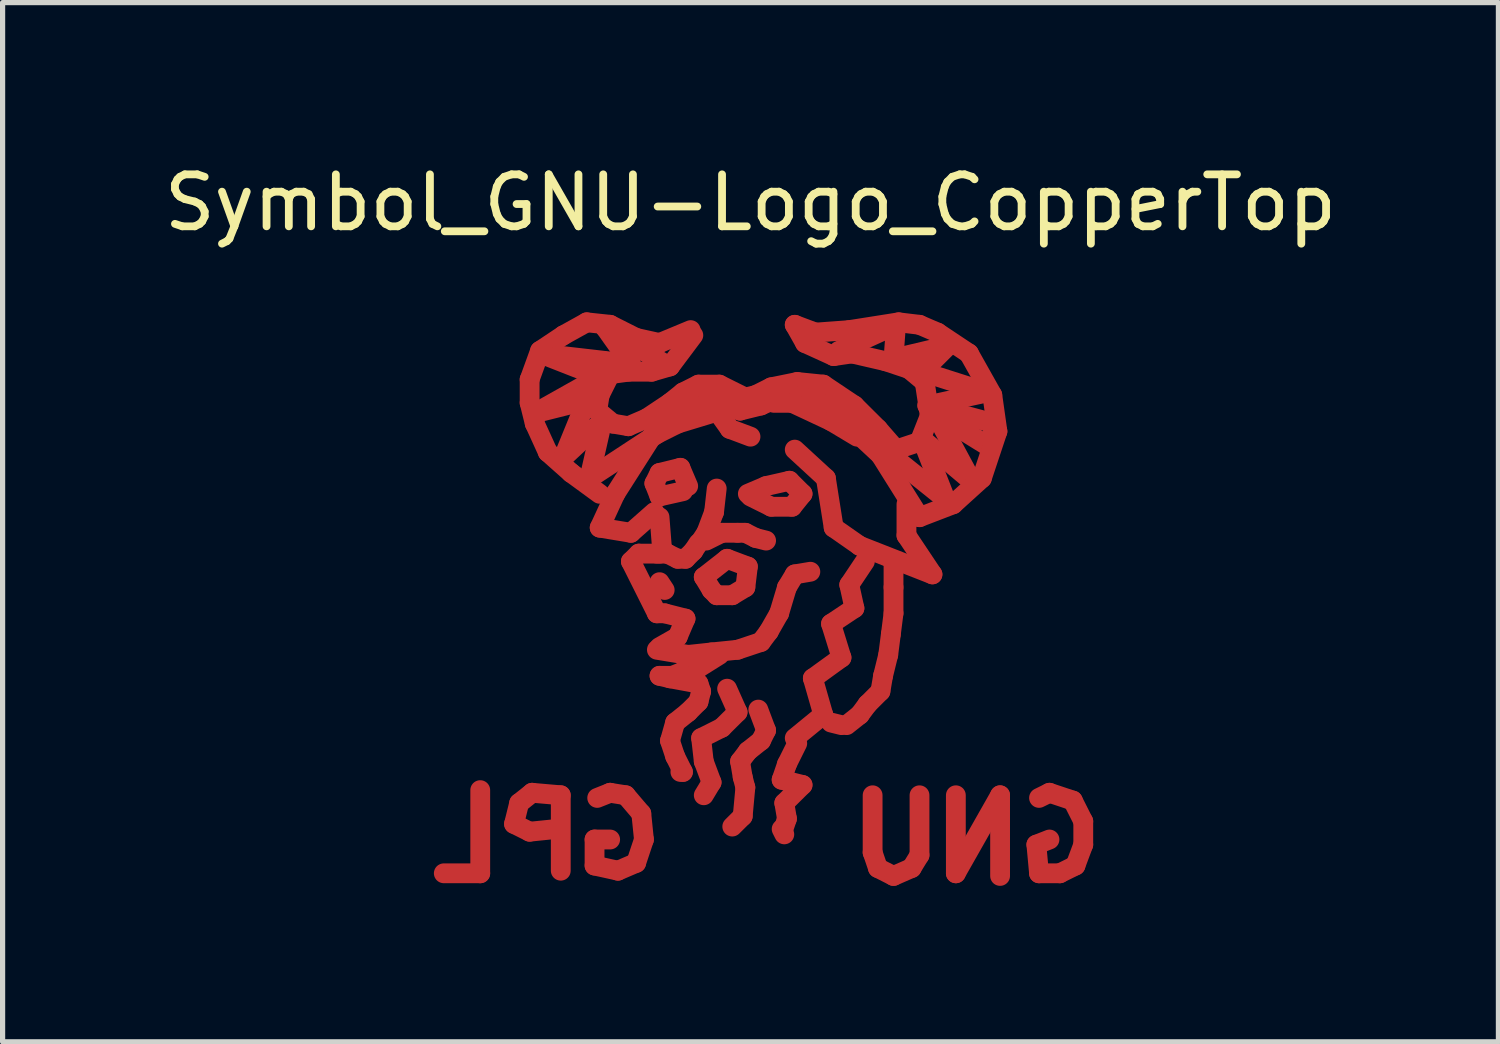
<source format=kicad_pcb>
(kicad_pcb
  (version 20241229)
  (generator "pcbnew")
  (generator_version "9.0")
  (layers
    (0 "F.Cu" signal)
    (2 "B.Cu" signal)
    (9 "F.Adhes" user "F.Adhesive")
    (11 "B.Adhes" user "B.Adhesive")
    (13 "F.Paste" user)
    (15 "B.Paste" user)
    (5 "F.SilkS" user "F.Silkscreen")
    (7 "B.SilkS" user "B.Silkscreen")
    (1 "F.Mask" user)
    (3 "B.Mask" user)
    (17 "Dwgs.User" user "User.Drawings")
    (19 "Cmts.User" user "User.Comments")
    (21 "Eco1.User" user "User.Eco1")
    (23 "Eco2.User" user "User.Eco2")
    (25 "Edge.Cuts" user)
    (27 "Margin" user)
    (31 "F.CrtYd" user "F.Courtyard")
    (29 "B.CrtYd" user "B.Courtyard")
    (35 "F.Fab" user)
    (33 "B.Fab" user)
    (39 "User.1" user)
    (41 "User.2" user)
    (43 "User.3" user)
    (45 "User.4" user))
  (footprint "Symbol_GNU-Logo_CopperTop"
    (layer "F.Cu")
    (at 11.387 6.899)
    (property "Reference" "Symbol_GNU-Logo_CopperTop" (at 0 -6.05 0) (layer "F.SilkS") (effects (font (size 1 1) (thickness 0.15))))
    (attr through_hole)
    (fp_line (start -5.199 5.25) (end -5.199 6.85) (stroke (width 0.381) (type solid)) (layer "F.Cu"))
    (fp_line (start -5.199 6.85) (end -5.9 6.85) (stroke (width 0.381) (type solid)) (layer "F.Cu"))
    (fp_line (start -4.549 5.9) (end -4.249 6.05) (stroke (width 0.381) (type solid)) (layer "F.Cu"))
    (fp_line (start -4.45 5.499) (end -4.549 5.9) (stroke (width 0.381) (type solid)) (layer "F.Cu"))
    (fp_line (start -4.249 -2.649) (end -4.249 -2.2) (stroke (width 0.381) (type solid)) (layer "F.Cu"))
    (fp_line (start -4.249 -2.2) (end -4.15 -1.801) (stroke (width 0.381) (type solid)) (layer "F.Cu"))
    (fp_line (start -4.249 6.05) (end -3.749 5.999) (stroke (width 0.381) (type solid)) (layer "F.Cu"))
    (fp_line (start -4.201 5.301) (end -4.45 5.499) (stroke (width 0.381) (type solid)) (layer "F.Cu"))
    (fp_line (start -4.15 -1.999) (end -2.901 -2.7) (stroke (width 0.381) (type solid)) (layer "F.Cu"))
    (fp_line (start -4.15 -1.801) (end -3.899 -1.25) (stroke (width 0.381) (type solid)) (layer "F.Cu"))
    (fp_line (start -4.049 -3.2) (end -4.249 -2.649) (stroke (width 0.381) (type solid)) (layer "F.Cu"))
    (fp_line (start -4.049 -3.15) (end -2.301 -2.949) (stroke (width 0.381) (type solid)) (layer "F.Cu"))
    (fp_line (start -3.899 -1.25) (end -3.449 -0.851) (stroke (width 0.381) (type solid)) (layer "F.Cu"))
    (fp_line (start -3.65 5.349) (end -4.201 5.301) (stroke (width 0.381) (type solid)) (layer "F.Cu"))
    (fp_line (start -3.65 6.8) (end -3.65 5.349) (stroke (width 0.381) (type solid)) (layer "F.Cu"))
    (fp_line (start -3.599 -3.5) (end -4.049 -3.2) (stroke (width 0.381) (type solid)) (layer "F.Cu"))
    (fp_line (start -3.599 -1.151) (end -3.15 -2.25) (stroke (width 0.381) (type solid)) (layer "F.Cu"))
    (fp_line (start -3.449 -0.851) (end -2.901 -0.45) (stroke (width 0.381) (type solid)) (layer "F.Cu"))
    (fp_line (start -3.15 -3.749) (end -3.599 -3.5) (stroke (width 0.381) (type solid)) (layer "F.Cu"))
    (fp_line (start -3.15 -2.25) (end -4.15 -1.999) (stroke (width 0.381) (type solid)) (layer "F.Cu"))
    (fp_line (start -3.099 -0.749) (end -2.85 -1.849) (stroke (width 0.381) (type solid)) (layer "F.Cu"))
    (fp_line (start -3 6.2) (end -2.7 6.2) (stroke (width 0.381) (type solid)) (layer "F.Cu"))
    (fp_line (start -3 6.701) (end -3 6.2) (stroke (width 0.381) (type solid)) (layer "F.Cu"))
    (fp_line (start -2.949 -2.05) (end -2.649 -1.801) (stroke (width 0.381) (type solid)) (layer "F.Cu"))
    (fp_line (start -2.949 5.4) (end -2.7 5.301) (stroke (width 0.381) (type solid)) (layer "F.Cu"))
    (fp_line (start -2.901 -2.7) (end -4.049 -3.15) (stroke (width 0.381) (type solid)) (layer "F.Cu"))
    (fp_line (start -2.901 -2.349) (end -2.949 -2.05) (stroke (width 0.381) (type solid)) (layer "F.Cu"))
    (fp_line (start -2.901 0.201) (end -2.301 0.3) (stroke (width 0.381) (type solid)) (layer "F.Cu"))
    (fp_line (start -2.85 -1.849) (end -3.599 -1.151) (stroke (width 0.381) (type solid)) (layer "F.Cu"))
    (fp_line (start -2.799 -3.65) (end -1.651 -2.949) (stroke (width 0.381) (type solid)) (layer "F.Cu"))
    (fp_line (start -2.7 -3.701) (end -3.15 -3.749) (stroke (width 0.381) (type solid)) (layer "F.Cu"))
    (fp_line (start -2.7 -2.751) (end -2.901 -2.349) (stroke (width 0.381) (type solid)) (layer "F.Cu"))
    (fp_line (start -2.7 5.301) (end -2.4 5.349) (stroke (width 0.381) (type solid)) (layer "F.Cu"))
    (fp_line (start -2.649 -1.801) (end -2.349 -1.75) (stroke (width 0.381) (type solid)) (layer "F.Cu"))
    (fp_line (start -2.601 -0.45) (end -2.901 0.201) (stroke (width 0.381) (type solid)) (layer "F.Cu"))
    (fp_line (start -2.55 6.8) (end -3 6.701) (stroke (width 0.381) (type solid)) (layer "F.Cu"))
    (fp_line (start -2.4 5.349) (end -2.101 5.7) (stroke (width 0.381) (type solid)) (layer "F.Cu"))
    (fp_line (start -2.349 -2.799) (end -2.7 -2.751) (stroke (width 0.381) (type solid)) (layer "F.Cu"))
    (fp_line (start -2.349 -1.75) (end -1.999 -1.9) (stroke (width 0.381) (type solid)) (layer "F.Cu"))
    (fp_line (start -2.301 -2.949) (end -2.799 -3.65) (stroke (width 0.381) (type solid)) (layer "F.Cu"))
    (fp_line (start -2.301 0.3) (end -1.849 -0.099) (stroke (width 0.381) (type solid)) (layer "F.Cu"))
    (fp_line (start -2.301 0.851) (end -1.801 1.849) (stroke (width 0.381) (type solid)) (layer "F.Cu"))
    (fp_line (start -2.2 -3.449) (end -2.7 -3.701) (stroke (width 0.381) (type solid)) (layer "F.Cu"))
    (fp_line (start -2.2 6.65) (end -2.55 6.8) (stroke (width 0.381) (type solid)) (layer "F.Cu"))
    (fp_line (start -2.149 0.701) (end -2.301 0.851) (stroke (width 0.381) (type solid)) (layer "F.Cu"))
    (fp_line (start -2.101 5.7) (end -2.05 6.2) (stroke (width 0.381) (type solid)) (layer "F.Cu"))
    (fp_line (start -2.05 6.2) (end -2.2 6.65) (stroke (width 0.381) (type solid)) (layer "F.Cu"))
    (fp_line (start -1.999 -1.9) (end -1.549 -2.2) (stroke (width 0.381) (type solid)) (layer "F.Cu"))
    (fp_line (start -1.9 -2.799) (end -2.349 -2.799) (stroke (width 0.381) (type solid)) (layer "F.Cu"))
    (fp_line (start -1.9 -1.549) (end -2.601 -0.45) (stroke (width 0.381) (type solid)) (layer "F.Cu"))
    (fp_line (start -1.849 -0.65) (end -1.75 -0.399) (stroke (width 0.381) (type solid)) (layer "F.Cu"))
    (fp_line (start -1.801 -1.6) (end -3.099 -0.749) (stroke (width 0.381) (type solid)) (layer "F.Cu"))
    (fp_line (start -1.801 1.849) (end -1.651 1.849) (stroke (width 0.381) (type solid)) (layer "F.Cu"))
    (fp_line (start -1.801 2.55) (end -1.199 2.649) (stroke (width 0.381) (type solid)) (layer "F.Cu"))
    (fp_line (start -1.75 -3.35) (end -2.2 -3.449) (stroke (width 0.381) (type solid)) (layer "F.Cu"))
    (fp_line (start -1.75 -0.851) (end -1.849 -0.65) (stroke (width 0.381) (type solid)) (layer "F.Cu"))
    (fp_line (start -1.75 -0.399) (end -1.3 -0.5) (stroke (width 0.381) (type solid)) (layer "F.Cu"))
    (fp_line (start -1.75 0) (end -1.699 0.65) (stroke (width 0.381) (type solid)) (layer "F.Cu"))
    (fp_line (start -1.75 0.701) (end -2.149 0.701) (stroke (width 0.381) (type solid)) (layer "F.Cu"))
    (fp_line (start -1.75 1.25) (end -1.651 1.4) (stroke (width 0.381) (type solid)) (layer "F.Cu"))
    (fp_line (start -1.75 3.051) (end -1.549 3.099) (stroke (width 0.381) (type solid)) (layer "F.Cu"))
    (fp_line (start -1.699 -1.801) (end -1.9 -1.549) (stroke (width 0.381) (type solid)) (layer "F.Cu"))
    (fp_line (start -1.651 1.849) (end -1.25 1.951) (stroke (width 0.381) (type solid)) (layer "F.Cu"))
    (fp_line (start -1.6 0.701) (end -1.801 0.701) (stroke (width 0.381) (type solid)) (layer "F.Cu"))
    (fp_line (start -1.549 -2.901) (end -1.9 -2.799) (stroke (width 0.381) (type solid)) (layer "F.Cu"))
    (fp_line (start -1.549 -2.2) (end -1.3 -2.4) (stroke (width 0.381) (type solid)) (layer "F.Cu"))
    (fp_line (start -1.549 3.099) (end -1.001 3.2) (stroke (width 0.381) (type solid)) (layer "F.Cu"))
    (fp_line (start -1.549 4.3) (end -1.45 4.6) (stroke (width 0.381) (type solid)) (layer "F.Cu"))
    (fp_line (start -1.501 3.051) (end -1.75 3.051) (stroke (width 0.381) (type solid)) (layer "F.Cu"))
    (fp_line (start -1.45 3.95) (end -1.549 4.3) (stroke (width 0.381) (type solid)) (layer "F.Cu"))
    (fp_line (start -1.45 4.6) (end -1.3 4.9) (stroke (width 0.381) (type solid)) (layer "F.Cu"))
    (fp_line (start -1.4 -1.801) (end -1.801 -1.6) (stroke (width 0.381) (type solid)) (layer "F.Cu"))
    (fp_line (start -1.4 0.8) (end -1.6 0.701) (stroke (width 0.381) (type solid)) (layer "F.Cu"))
    (fp_line (start -1.4 2.301) (end -1.75 2.499) (stroke (width 0.381) (type solid)) (layer "F.Cu"))
    (fp_line (start -1.349 -0.95) (end -1.75 -0.851) (stroke (width 0.381) (type solid)) (layer "F.Cu"))
    (fp_line (start -1.3 -2.4) (end -1.001 -2.55) (stroke (width 0.381) (type solid)) (layer "F.Cu"))
    (fp_line (start -1.3 4.9) (end -1.349 4.9) (stroke (width 0.381) (type solid)) (layer "F.Cu"))
    (fp_line (start -1.25 0.8) (end -1.4 0.8) (stroke (width 0.381) (type solid)) (layer "F.Cu"))
    (fp_line (start -1.25 1.951) (end -1.4 2.301) (stroke (width 0.381) (type solid)) (layer "F.Cu"))
    (fp_line (start -1.25 2.949) (end -1.501 3.051) (stroke (width 0.381) (type solid)) (layer "F.Cu"))
    (fp_line (start -1.199 -0.599) (end -1.349 -0.95) (stroke (width 0.381) (type solid)) (layer "F.Cu"))
    (fp_line (start -1.199 2.649) (end -0.749 2.601) (stroke (width 0.381) (type solid)) (layer "F.Cu"))
    (fp_line (start -1.199 3.749) (end -1.45 3.95) (stroke (width 0.381) (type solid)) (layer "F.Cu"))
    (fp_line (start -1.151 -3.599) (end -1.75 -3.35) (stroke (width 0.381) (type solid)) (layer "F.Cu"))
    (fp_line (start -1.1 -3.5) (end -1.549 -2.901) (stroke (width 0.381) (type solid)) (layer "F.Cu"))
    (fp_line (start -1.1 -2.101) (end -1.699 -1.801) (stroke (width 0.381) (type solid)) (layer "F.Cu"))
    (fp_line (start -1.1 0.65) (end -1.25 0.8) (stroke (width 0.381) (type solid)) (layer "F.Cu"))
    (fp_line (start -1.001 -2.55) (end -0.599 -2.55) (stroke (width 0.381) (type solid)) (layer "F.Cu"))
    (fp_line (start -1.001 0.5) (end -1.1 0.65) (stroke (width 0.381) (type solid)) (layer "F.Cu"))
    (fp_line (start -1.001 2.901) (end -1.25 2.901) (stroke (width 0.381) (type solid)) (layer "F.Cu"))
    (fp_line (start -1.001 3.2) (end -0.95 3.35) (stroke (width 0.381) (type solid)) (layer "F.Cu"))
    (fp_line (start -1.001 3.551) (end -1.199 3.749) (stroke (width 0.381) (type solid)) (layer "F.Cu"))
    (fp_line (start -0.95 3.35) (end -1.001 3.551) (stroke (width 0.381) (type solid)) (layer "F.Cu"))
    (fp_line (start -0.95 4.249) (end -0.899 4.699) (stroke (width 0.381) (type solid)) (layer "F.Cu"))
    (fp_line (start -0.899 1.151) (end -0.45 0.8) (stroke (width 0.381) (type solid)) (layer "F.Cu"))
    (fp_line (start -0.899 4.699) (end -0.749 5.1) (stroke (width 0.381) (type solid)) (layer "F.Cu"))
    (fp_line (start -0.851 -2.301) (end -1.1 -2.25) (stroke (width 0.381) (type solid)) (layer "F.Cu"))
    (fp_line (start -0.851 0.3) (end -0.95 0.45) (stroke (width 0.381) (type solid)) (layer "F.Cu"))
    (fp_line (start -0.851 0.45) (end -0.551 0.3) (stroke (width 0.381) (type solid)) (layer "F.Cu"))
    (fp_line (start -0.749 -1.999) (end -1.4 -1.801) (stroke (width 0.381) (type solid)) (layer "F.Cu"))
    (fp_line (start -0.749 1.4) (end -0.899 1.151) (stroke (width 0.381) (type solid)) (layer "F.Cu"))
    (fp_line (start -0.749 2.601) (end -0.249 2.55) (stroke (width 0.381) (type solid)) (layer "F.Cu"))
    (fp_line (start -0.749 5.1) (end -0.899 5.349) (stroke (width 0.381) (type solid)) (layer "F.Cu"))
    (fp_line (start -0.701 -0.099) (end -0.851 0.3) (stroke (width 0.381) (type solid)) (layer "F.Cu"))
    (fp_line (start -0.65 -2.2) (end -1.1 -2.101) (stroke (width 0.381) (type solid)) (layer "F.Cu"))
    (fp_line (start -0.65 -0.551) (end -0.701 -0.099) (stroke (width 0.381) (type solid)) (layer "F.Cu"))
    (fp_line (start -0.65 1.501) (end -0.749 1.4) (stroke (width 0.381) (type solid)) (layer "F.Cu"))
    (fp_line (start -0.599 -2.55) (end -0.099 -2.301) (stroke (width 0.381) (type solid)) (layer "F.Cu"))
    (fp_line (start -0.599 2.649) (end -1.001 2.901) (stroke (width 0.381) (type solid)) (layer "F.Cu"))
    (fp_line (start -0.551 0.3) (end -0.249 0.3) (stroke (width 0.381) (type solid)) (layer "F.Cu"))
    (fp_line (start -0.551 4.049) (end -0.95 4.249) (stroke (width 0.381) (type solid)) (layer "F.Cu"))
    (fp_line (start -0.45 0.8) (end -0.051 0.95) (stroke (width 0.381) (type solid)) (layer "F.Cu"))
    (fp_line (start -0.45 3.299) (end -0.249 3.749) (stroke (width 0.381) (type solid)) (layer "F.Cu"))
    (fp_line (start -0.399 -1.699) (end -0.65 -2.05) (stroke (width 0.381) (type solid)) (layer "F.Cu"))
    (fp_line (start -0.351 1.501) (end -0.65 1.501) (stroke (width 0.381) (type solid)) (layer "F.Cu"))
    (fp_line (start -0.249 0.3) (end -0.099 0.3) (stroke (width 0.381) (type solid)) (layer "F.Cu"))
    (fp_line (start -0.249 2.55) (end 0.201 2.4) (stroke (width 0.381) (type solid)) (layer "F.Cu"))
    (fp_line (start -0.249 3.749) (end -0.551 4.049) (stroke (width 0.381) (type solid)) (layer "F.Cu"))
    (fp_line (start -0.201 -2.05) (end -0.65 -2.2) (stroke (width 0.381) (type solid)) (layer "F.Cu"))
    (fp_line (start -0.201 4.699) (end -0.15 5.001) (stroke (width 0.381) (type solid)) (layer "F.Cu"))
    (fp_line (start -0.15 5.001) (end -0.099 5.199) (stroke (width 0.381) (type solid)) (layer "F.Cu"))
    (fp_line (start -0.15 5.751) (end -0.351 5.951) (stroke (width 0.381) (type solid)) (layer "F.Cu"))
    (fp_line (start -0.099 -2.301) (end 0.099 -2.349) (stroke (width 0.381) (type solid)) (layer "F.Cu"))
    (fp_line (start -0.099 0.3) (end 0.099 0.399) (stroke (width 0.381) (type solid)) (layer "F.Cu"))
    (fp_line (start -0.099 1.349) (end -0.351 1.501) (stroke (width 0.381) (type solid)) (layer "F.Cu"))
    (fp_line (start -0.099 5.199) (end -0.15 5.751) (stroke (width 0.381) (type solid)) (layer "F.Cu"))
    (fp_line (start -0.051 -0.45) (end 0.3 -0.599) (stroke (width 0.381) (type solid)) (layer "F.Cu"))
    (fp_line (start -0.051 0.95) (end -0.099 1.349) (stroke (width 0.381) (type solid)) (layer "F.Cu"))
    (fp_line (start -0.051 4.501) (end -0.201 4.699) (stroke (width 0.381) (type solid)) (layer "F.Cu"))
    (fp_line (start 0 -1.549) (end -0.399 -1.699) (stroke (width 0.381) (type solid)) (layer "F.Cu"))
    (fp_line (start 0.099 -2.349) (end 0.399 -2.499) (stroke (width 0.381) (type solid)) (layer "F.Cu"))
    (fp_line (start 0.099 0.399) (end 0.3 0.45) (stroke (width 0.381) (type solid)) (layer "F.Cu"))
    (fp_line (start 0.15 3.701) (end 0.3 4.1) (stroke (width 0.381) (type solid)) (layer "F.Cu"))
    (fp_line (start 0.201 -2.149) (end -0.201 -2.05) (stroke (width 0.381) (type solid)) (layer "F.Cu"))
    (fp_line (start 0.201 2.4) (end 0.351 2.2) (stroke (width 0.381) (type solid)) (layer "F.Cu"))
    (fp_line (start 0.201 4.3) (end -0.051 4.501) (stroke (width 0.381) (type solid)) (layer "F.Cu"))
    (fp_line (start 0.3 -0.599) (end 0.749 -0.701) (stroke (width 0.381) (type solid)) (layer "F.Cu"))
    (fp_line (start 0.3 4.1) (end 0.201 4.3) (stroke (width 0.381) (type solid)) (layer "F.Cu"))
    (fp_line (start 0.351 2.2) (end 0.551 1.849) (stroke (width 0.381) (type solid)) (layer "F.Cu"))
    (fp_line (start 0.399 -2.499) (end 0.899 -2.601) (stroke (width 0.381) (type solid)) (layer "F.Cu"))
    (fp_line (start 0.399 -0.201) (end 0 -0.399) (stroke (width 0.381) (type solid)) (layer "F.Cu"))
    (fp_line (start 0.551 1.849) (end 0.701 1.349) (stroke (width 0.381) (type solid)) (layer "F.Cu"))
    (fp_line (start 0.599 5.05) (end 1.001 5.151) (stroke (width 0.381) (type solid)) (layer "F.Cu"))
    (fp_line (start 0.599 5.999) (end 0.65 6.101) (stroke (width 0.381) (type solid)) (layer "F.Cu"))
    (fp_line (start 0.65 -2.349) (end 0.201 -2.149) (stroke (width 0.381) (type solid)) (layer "F.Cu"))
    (fp_line (start 0.65 5.499) (end 0.701 5.799) (stroke (width 0.381) (type solid)) (layer "F.Cu"))
    (fp_line (start 0.701 1.349) (end 0.851 1.1) (stroke (width 0.381) (type solid)) (layer "F.Cu"))
    (fp_line (start 0.701 4.75) (end 0.599 5.05) (stroke (width 0.381) (type solid)) (layer "F.Cu"))
    (fp_line (start 0.701 5.799) (end 0.65 5.951) (stroke (width 0.381) (type solid)) (layer "F.Cu"))
    (fp_line (start 0.749 -0.701) (end 1.001 -0.45) (stroke (width 0.381) (type solid)) (layer "F.Cu"))
    (fp_line (start 0.8 -2.2) (end 0.45 -2.2) (stroke (width 0.381) (type solid)) (layer "F.Cu"))
    (fp_line (start 0.8 -0.201) (end 0.399 -0.201) (stroke (width 0.381) (type solid)) (layer "F.Cu"))
    (fp_line (start 0.851 -3.701) (end 1.25 -3.551) (stroke (width 0.381) (type solid)) (layer "F.Cu"))
    (fp_line (start 0.851 1.1) (end 1.151 1.049) (stroke (width 0.381) (type solid)) (layer "F.Cu"))
    (fp_line (start 0.899 -2.601) (end 1.4 -2.55) (stroke (width 0.381) (type solid)) (layer "F.Cu"))
    (fp_line (start 0.899 4.351) (end 0.701 4.75) (stroke (width 0.381) (type solid)) (layer "F.Cu"))
    (fp_line (start 1.001 -0.45) (end 0.8 -0.201) (stroke (width 0.381) (type solid)) (layer "F.Cu"))
    (fp_line (start 1.001 5.151) (end 0.65 5.499) (stroke (width 0.381) (type solid)) (layer "F.Cu"))
    (fp_line (start 1.049 -3.35) (end 0.851 -3.701) (stroke (width 0.381) (type solid)) (layer "F.Cu"))
    (fp_line (start 1.199 -2.301) (end 0.65 -2.349) (stroke (width 0.381) (type solid)) (layer "F.Cu"))
    (fp_line (start 1.199 3.099) (end 1.4 3.8) (stroke (width 0.381) (type solid)) (layer "F.Cu"))
    (fp_line (start 1.25 -3.551) (end 1.9 -3.599) (stroke (width 0.381) (type solid)) (layer "F.Cu"))
    (fp_line (start 1.4 -2.55) (end 1.999 -2.149) (stroke (width 0.381) (type solid)) (layer "F.Cu"))
    (fp_line (start 1.4 3.8) (end 0.851 4.249) (stroke (width 0.381) (type solid)) (layer "F.Cu"))
    (fp_line (start 1.45 -0.749) (end 0.851 -1.3) (stroke (width 0.381) (type solid)) (layer "F.Cu"))
    (fp_line (start 1.549 -1.849) (end 0.8 -2.2) (stroke (width 0.381) (type solid)) (layer "F.Cu"))
    (fp_line (start 1.549 2.05) (end 1.75 2.7) (stroke (width 0.381) (type solid)) (layer "F.Cu"))
    (fp_line (start 1.6 -3.099) (end 1.049 -3.35) (stroke (width 0.381) (type solid)) (layer "F.Cu"))
    (fp_line (start 1.6 0.201) (end 1.45 -0.749) (stroke (width 0.381) (type solid)) (layer "F.Cu"))
    (fp_line (start 1.75 2.7) (end 1.199 3.099) (stroke (width 0.381) (type solid)) (layer "F.Cu"))
    (fp_line (start 1.75 4) (end 1.549 3.95) (stroke (width 0.381) (type solid)) (layer "F.Cu"))
    (fp_line (start 1.801 -1.849) (end 1.199 -2.301) (stroke (width 0.381) (type solid)) (layer "F.Cu"))
    (fp_line (start 1.849 4) (end 2.101 3.8) (stroke (width 0.381) (type solid)) (layer "F.Cu"))
    (fp_line (start 1.9 -3.599) (end 2.85 -3.749) (stroke (width 0.381) (type solid)) (layer "F.Cu"))
    (fp_line (start 1.9 1.3) (end 1.999 1.75) (stroke (width 0.381) (type solid)) (layer "F.Cu"))
    (fp_line (start 1.951 -3.15) (end 1.6 -3.099) (stroke (width 0.381) (type solid)) (layer "F.Cu"))
    (fp_line (start 1.999 -2.149) (end 2.451 -1.699) (stroke (width 0.381) (type solid)) (layer "F.Cu"))
    (fp_line (start 1.999 1.75) (end 1.549 2.05) (stroke (width 0.381) (type solid)) (layer "F.Cu"))
    (fp_line (start 2.05 -1.549) (end 1.549 -1.849) (stroke (width 0.381) (type solid)) (layer "F.Cu"))
    (fp_line (start 2.101 0.551) (end 1.6 0.201) (stroke (width 0.381) (type solid)) (layer "F.Cu"))
    (fp_line (start 2.101 3.8) (end 2.25 3.599) (stroke (width 0.381) (type solid)) (layer "F.Cu"))
    (fp_line (start 2.2 0.851) (end 1.9 1.3) (stroke (width 0.381) (type solid)) (layer "F.Cu"))
    (fp_line (start 2.25 3.599) (end 2.499 3.35) (stroke (width 0.381) (type solid)) (layer "F.Cu"))
    (fp_line (start 2.349 6.449) (end 2.349 5.349) (stroke (width 0.381) (type solid)) (layer "F.Cu"))
    (fp_line (start 2.451 -1.699) (end 2.799 -1.3) (stroke (width 0.381) (type solid)) (layer "F.Cu"))
    (fp_line (start 2.451 6.749) (end 2.349 6.449) (stroke (width 0.381) (type solid)) (layer "F.Cu"))
    (fp_line (start 2.499 -1.199) (end 1.801 -1.849) (stroke (width 0.381) (type solid)) (layer "F.Cu"))
    (fp_line (start 2.499 3.35) (end 2.55 3.051) (stroke (width 0.381) (type solid)) (layer "F.Cu"))
    (fp_line (start 2.55 3.051) (end 2.649 2.649) (stroke (width 0.381) (type solid)) (layer "F.Cu"))
    (fp_line (start 2.601 -3) (end 1.951 -3.15) (stroke (width 0.381) (type solid)) (layer "F.Cu"))
    (fp_line (start 2.649 2.649) (end 2.7 2.25) (stroke (width 0.381) (type solid)) (layer "F.Cu"))
    (fp_line (start 2.7 2.25) (end 2.751 1.849) (stroke (width 0.381) (type solid)) (layer "F.Cu"))
    (fp_line (start 2.751 -3.051) (end 2.799 -3.701) (stroke (width 0.381) (type solid)) (layer "F.Cu"))
    (fp_line (start 2.751 -1.151) (end 3.749 -0.351) (stroke (width 0.381) (type solid)) (layer "F.Cu"))
    (fp_line (start 2.751 1.349) (end 2.751 0.851) (stroke (width 0.381) (type solid)) (layer "F.Cu"))
    (fp_line (start 2.751 1.849) (end 2.751 1.349) (stroke (width 0.381) (type solid)) (layer "F.Cu"))
    (fp_line (start 2.751 6.901) (end 2.451 6.749) (stroke (width 0.381) (type solid)) (layer "F.Cu"))
    (fp_line (start 2.799 -3.701) (end 1.699 -3.2) (stroke (width 0.381) (type solid)) (layer "F.Cu"))
    (fp_line (start 2.799 -1.3) (end 3.251 -1.45) (stroke (width 0.381) (type solid)) (layer "F.Cu"))
    (fp_line (start 2.85 -3.749) (end 3.251 -3.701) (stroke (width 0.381) (type solid)) (layer "F.Cu"))
    (fp_line (start 3 -0.249) (end 3 0.351) (stroke (width 0.381) (type solid)) (layer "F.Cu"))
    (fp_line (start 3 0.351) (end 3.5 1.1) (stroke (width 0.381) (type solid)) (layer "F.Cu"))
    (fp_line (start 3.051 -2.85) (end 2.601 -3) (stroke (width 0.381) (type solid)) (layer "F.Cu"))
    (fp_line (start 3.099 6.749) (end 2.751 6.901) (stroke (width 0.381) (type solid)) (layer "F.Cu"))
    (fp_line (start 3.251 -3.701) (end 3.599 -3.551) (stroke (width 0.381) (type solid)) (layer "F.Cu"))
    (fp_line (start 3.251 -1.45) (end 3.449 -1.951) (stroke (width 0.381) (type solid)) (layer "F.Cu"))
    (fp_line (start 3.251 0) (end 2.499 -1.199) (stroke (width 0.381) (type solid)) (layer "F.Cu"))
    (fp_line (start 3.251 5.349) (end 3.251 6.5) (stroke (width 0.381) (type solid)) (layer "F.Cu"))
    (fp_line (start 3.251 6.5) (end 3.099 6.749) (stroke (width 0.381) (type solid)) (layer "F.Cu"))
    (fp_line (start 3.299 -2.799) (end 3.8 -3.299) (stroke (width 0.381) (type solid)) (layer "F.Cu"))
    (fp_line (start 3.299 -1.501) (end 4.249 -0.701) (stroke (width 0.381) (type solid)) (layer "F.Cu"))
    (fp_line (start 3.35 -2.601) (end 3.051 -2.85) (stroke (width 0.381) (type solid)) (layer "F.Cu"))
    (fp_line (start 3.401 -2.149) (end 4.549 -2.4) (stroke (width 0.381) (type solid)) (layer "F.Cu"))
    (fp_line (start 3.449 -1.951) (end 3.35 -2.601) (stroke (width 0.381) (type solid)) (layer "F.Cu"))
    (fp_line (start 3.5 1.1) (end 2.101 0.551) (stroke (width 0.381) (type solid)) (layer "F.Cu"))
    (fp_line (start 3.551 -1.999) (end 4.6 -1.349) (stroke (width 0.381) (type solid)) (layer "F.Cu"))
    (fp_line (start 3.599 -3.551) (end 4.201 -3.15) (stroke (width 0.381) (type solid)) (layer "F.Cu"))
    (fp_line (start 3.749 -0.351) (end 3.299 -1.501) (stroke (width 0.381) (type solid)) (layer "F.Cu"))
    (fp_line (start 3.8 -3.299) (end 2.751 -3.051) (stroke (width 0.381) (type solid)) (layer "F.Cu"))
    (fp_line (start 3.899 -0.249) (end 3.251 0) (stroke (width 0.381) (type solid)) (layer "F.Cu"))
    (fp_line (start 3.95 6.85) (end 3.95 5.349) (stroke (width 0.381) (type solid)) (layer "F.Cu"))
    (fp_line (start 4.201 -3.15) (end 4.651 -2.349) (stroke (width 0.381) (type solid)) (layer "F.Cu"))
    (fp_line (start 4.249 -0.701) (end 3.551 -1.999) (stroke (width 0.381) (type solid)) (layer "F.Cu"))
    (fp_line (start 4.45 -0.749) (end 3.899 -0.249) (stroke (width 0.381) (type solid)) (layer "F.Cu"))
    (fp_line (start 4.549 -2.4) (end 3.299 -2.799) (stroke (width 0.381) (type solid)) (layer "F.Cu"))
    (fp_line (start 4.6 -1.349) (end 4.699 -1.801) (stroke (width 0.381) (type solid)) (layer "F.Cu"))
    (fp_line (start 4.651 -2.349) (end 4.75 -1.651) (stroke (width 0.381) (type solid)) (layer "F.Cu"))
    (fp_line (start 4.699 -1.801) (end 3.401 -2.149) (stroke (width 0.381) (type solid)) (layer "F.Cu"))
    (fp_line (start 4.75 -1.651) (end 4.45 -0.749) (stroke (width 0.381) (type solid)) (layer "F.Cu"))
    (fp_line (start 4.801 5.349) (end 3.95 6.85) (stroke (width 0.381) (type solid)) (layer "F.Cu"))
    (fp_line (start 4.801 6.901) (end 4.801 5.349) (stroke (width 0.381) (type solid)) (layer "F.Cu"))
    (fp_line (start 5.499 6.299) (end 5.751 6.2) (stroke (width 0.381) (type solid)) (layer "F.Cu"))
    (fp_line (start 5.55 5.4) (end 5.751 5.301) (stroke (width 0.381) (type solid)) (layer "F.Cu"))
    (fp_line (start 5.55 6.85) (end 5.499 6.299) (stroke (width 0.381) (type solid)) (layer "F.Cu"))
    (fp_line (start 5.751 5.301) (end 6.2 5.451) (stroke (width 0.381) (type solid)) (layer "F.Cu"))
    (fp_line (start 5.951 6.85) (end 5.55 6.85) (stroke (width 0.381) (type solid)) (layer "F.Cu"))
    (fp_line (start 6.2 5.451) (end 6.401 5.85) (stroke (width 0.381) (type solid)) (layer "F.Cu"))
    (fp_line (start 6.251 6.701) (end 5.951 6.85) (stroke (width 0.381) (type solid)) (layer "F.Cu"))
    (fp_line (start 6.401 5.85) (end 6.401 6.299) (stroke (width 0.381) (type solid)) (layer "F.Cu"))
    (fp_line (start 6.401 6.299) (end 6.251 6.701) (stroke (width 0.381) (type solid)) (layer "F.Cu")))
  (gr_rect
    (start -3 -3)
    (end 25.774 16.99)
    (stroke (width 0.1) (type default))
    (fill no)
    (layer "Edge.Cuts")))
</source>
